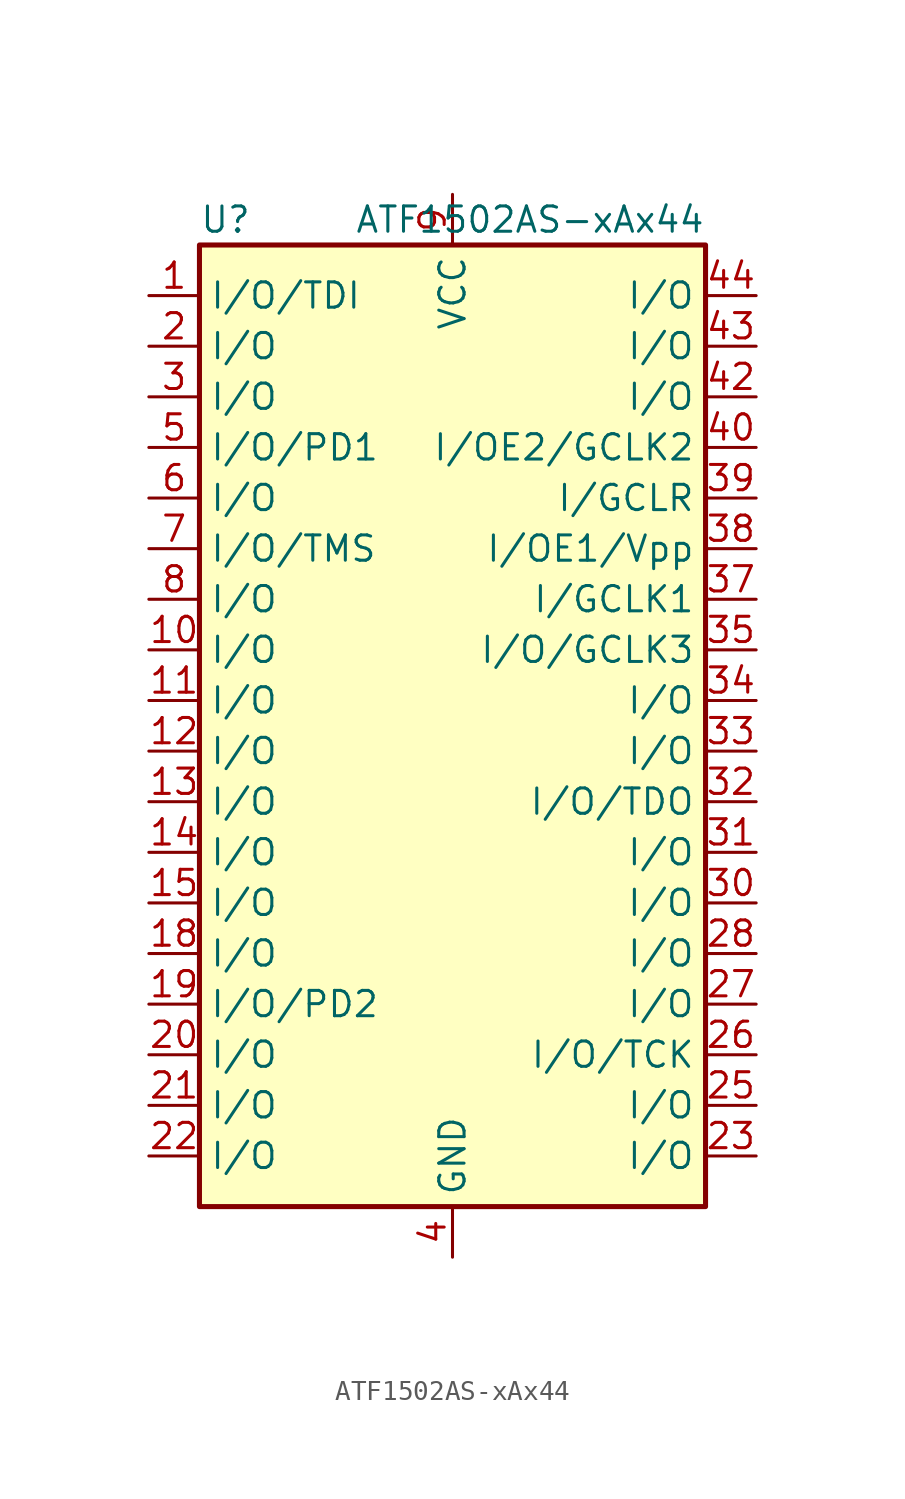
<source format=kicad_sym>
(kicad_symbol_lib
  (version 20231120)
  (generator "kicad_symbol_editor")
  (generator_version "8.0")
  (symbol "ATF1502AS-xAx44"
    (property "Reference" "U"
      (at -12.7 24.13 0)
      (effects (font (size 1.27 1.27)) (justify left)))
    (property "Value" "ATF1502AS-xAx44"
      (at 12.7 24.13 0)
      (effects (font (size 1.27 1.27)) (justify right)))
    (symbol "ATF1502AS-xAx44_0_1"
      (rectangle (start -12.7 22.86) (end 12.7 -25.4) (stroke (width 0.254) (type default)) (fill (type background))))
    (symbol "ATF1502AS-xAx44_1_1"
      (pin bidirectional line (at -15.24 20.32 0) (length 2.54) (name "I/O/TDI" (effects (font (size 1.27 1.27)))) (number "1" (effects (font (size 1.27 1.27)))))
      (pin bidirectional line (at -15.24 2.54 0) (length 2.54) (name "I/O" (effects (font (size 1.27 1.27)))) (number "10" (effects (font (size 1.27 1.27)))))
      (pin bidirectional line (at -15.24 0 0) (length 2.54) (name "I/O" (effects (font (size 1.27 1.27)))) (number "11" (effects (font (size 1.27 1.27)))))
      (pin bidirectional line (at -15.24 -2.54 0) (length 2.54) (name "I/O" (effects (font (size 1.27 1.27)))) (number "12" (effects (font (size 1.27 1.27)))))
      (pin bidirectional line (at -15.24 -5.08 0) (length 2.54) (name "I/O" (effects (font (size 1.27 1.27)))) (number "13" (effects (font (size 1.27 1.27)))))
      (pin bidirectional line (at -15.24 -7.62 0) (length 2.54) (name "I/O" (effects (font (size 1.27 1.27)))) (number "14" (effects (font (size 1.27 1.27)))))
      (pin bidirectional line (at -15.24 -10.16 0) (length 2.54) (name "I/O" (effects (font (size 1.27 1.27)))) (number "15" (effects (font (size 1.27 1.27)))))
      (pin passive line (at 0 -27.94 90) (length 2.54) hide (name "GND" (effects (font (size 1.27 1.27)))) (number "16" (effects (font (size 1.27 1.27)))))
      (pin passive line (at 0 25.4 270) (length 2.54) hide (name "VCC" (effects (font (size 1.27 1.27)))) (number "17" (effects (font (size 1.27 1.27)))))
      (pin bidirectional line (at -15.24 -12.7 0) (length 2.54) (name "I/O" (effects (font (size 1.27 1.27)))) (number "18" (effects (font (size 1.27 1.27)))))
      (pin bidirectional line (at -15.24 -15.24 0) (length 2.54) (name "I/O/PD2" (effects (font (size 1.27 1.27)))) (number "19" (effects (font (size 1.27 1.27)))))
      (pin bidirectional line (at -15.24 17.78 0) (length 2.54) (name "I/O" (effects (font (size 1.27 1.27)))) (number "2" (effects (font (size 1.27 1.27)))))
      (pin bidirectional line (at -15.24 -17.78 0) (length 2.54) (name "I/O" (effects (font (size 1.27 1.27)))) (number "20" (effects (font (size 1.27 1.27)))))
      (pin bidirectional line (at -15.24 -20.32 0) (length 2.54) (name "I/O" (effects (font (size 1.27 1.27)))) (number "21" (effects (font (size 1.27 1.27)))))
      (pin bidirectional line (at -15.24 -22.86 0) (length 2.54) (name "I/O" (effects (font (size 1.27 1.27)))) (number "22" (effects (font (size 1.27 1.27)))))
      (pin bidirectional line (at 15.24 -22.86 180) (length 2.54) (name "I/O" (effects (font (size 1.27 1.27)))) (number "23" (effects (font (size 1.27 1.27)))))
      (pin passive line (at 0 -27.94 90) (length 2.54) hide (name "GND" (effects (font (size 1.27 1.27)))) (number "24" (effects (font (size 1.27 1.27)))))
      (pin bidirectional line (at 15.24 -20.32 180) (length 2.54) (name "I/O" (effects (font (size 1.27 1.27)))) (number "25" (effects (font (size 1.27 1.27)))))
      (pin bidirectional line (at 15.24 -17.78 180) (length 2.54) (name "I/O/TCK" (effects (font (size 1.27 1.27)))) (number "26" (effects (font (size 1.27 1.27)))))
      (pin bidirectional line (at 15.24 -15.24 180) (length 2.54) (name "I/O" (effects (font (size 1.27 1.27)))) (number "27" (effects (font (size 1.27 1.27)))))
      (pin bidirectional line (at 15.24 -12.7 180) (length 2.54) (name "I/O" (effects (font (size 1.27 1.27)))) (number "28" (effects (font (size 1.27 1.27)))))
      (pin passive line (at 0 25.4 270) (length 2.54) hide (name "VCC" (effects (font (size 1.27 1.27)))) (number "29" (effects (font (size 1.27 1.27)))))
      (pin bidirectional line (at -15.24 15.24 0) (length 2.54) (name "I/O" (effects (font (size 1.27 1.27)))) (number "3" (effects (font (size 1.27 1.27)))))
      (pin bidirectional line (at 15.24 -10.16 180) (length 2.54) (name "I/O" (effects (font (size 1.27 1.27)))) (number "30" (effects (font (size 1.27 1.27)))))
      (pin bidirectional line (at 15.24 -7.62 180) (length 2.54) (name "I/O" (effects (font (size 1.27 1.27)))) (number "31" (effects (font (size 1.27 1.27)))))
      (pin bidirectional line (at 15.24 -5.08 180) (length 2.54) (name "I/O/TDO" (effects (font (size 1.27 1.27)))) (number "32" (effects (font (size 1.27 1.27)))))
      (pin bidirectional line (at 15.24 -2.54 180) (length 2.54) (name "I/O" (effects (font (size 1.27 1.27)))) (number "33" (effects (font (size 1.27 1.27)))))
      (pin bidirectional line (at 15.24 0 180) (length 2.54) (name "I/O" (effects (font (size 1.27 1.27)))) (number "34" (effects (font (size 1.27 1.27)))))
      (pin bidirectional line (at 15.24 2.54 180) (length 2.54) (name "I/O/GCLK3" (effects (font (size 1.27 1.27)))) (number "35" (effects (font (size 1.27 1.27)))))
      (pin passive line (at 0 -27.94 90) (length 2.54) hide (name "GND" (effects (font (size 1.27 1.27)))) (number "36" (effects (font (size 1.27 1.27)))))
      (pin input line (at 15.24 5.08 180) (length 2.54) (name "I/GCLK1" (effects (font (size 1.27 1.27)))) (number "37" (effects (font (size 1.27 1.27)))))
      (pin input line (at 15.24 7.62 180) (length 2.54) (name "I/OE1/Vpp" (effects (font (size 1.27 1.27)))) (number "38" (effects (font (size 1.27 1.27)))))
      (pin input line (at 15.24 10.16 180) (length 2.54) (name "I/GCLR" (effects (font (size 1.27 1.27)))) (number "39" (effects (font (size 1.27 1.27)))))
      (pin power_in line (at 0 -27.94 90) (length 2.54) (name "GND" (effects (font (size 1.27 1.27)))) (number "4" (effects (font (size 1.27 1.27)))))
      (pin input line (at 15.24 12.7 180) (length 2.54) (name "I/OE2/GCLK2" (effects (font (size 1.27 1.27)))) (number "40" (effects (font (size 1.27 1.27)))))
      (pin passive line (at 0 25.4 270) (length 2.54) hide (name "VCC" (effects (font (size 1.27 1.27)))) (number "41" (effects (font (size 1.27 1.27)))))
      (pin bidirectional line (at 15.24 15.24 180) (length 2.54) (name "I/O" (effects (font (size 1.27 1.27)))) (number "42" (effects (font (size 1.27 1.27)))))
      (pin bidirectional line (at 15.24 17.78 180) (length 2.54) (name "I/O" (effects (font (size 1.27 1.27)))) (number "43" (effects (font (size 1.27 1.27)))))
      (pin bidirectional line (at 15.24 20.32 180) (length 2.54) (name "I/O" (effects (font (size 1.27 1.27)))) (number "44" (effects (font (size 1.27 1.27)))))
      (pin bidirectional line (at -15.24 12.7 0) (length 2.54) (name "I/O/PD1" (effects (font (size 1.27 1.27)))) (number "5" (effects (font (size 1.27 1.27)))))
      (pin bidirectional line (at -15.24 10.16 0) (length 2.54) (name "I/O" (effects (font (size 1.27 1.27)))) (number "6" (effects (font (size 1.27 1.27)))))
      (pin bidirectional line (at -15.24 7.62 0) (length 2.54) (name "I/O/TMS" (effects (font (size 1.27 1.27)))) (number "7" (effects (font (size 1.27 1.27)))))
      (pin bidirectional line (at -15.24 5.08 0) (length 2.54) (name "I/O" (effects (font (size 1.27 1.27)))) (number "8" (effects (font (size 1.27 1.27)))))
      (pin power_in line (at 0 25.4 270) (length 2.54) (name "VCC" (effects (font (size 1.27 1.27)))) (number "9" (effects (font (size 1.27 1.27))))))))
</source>
